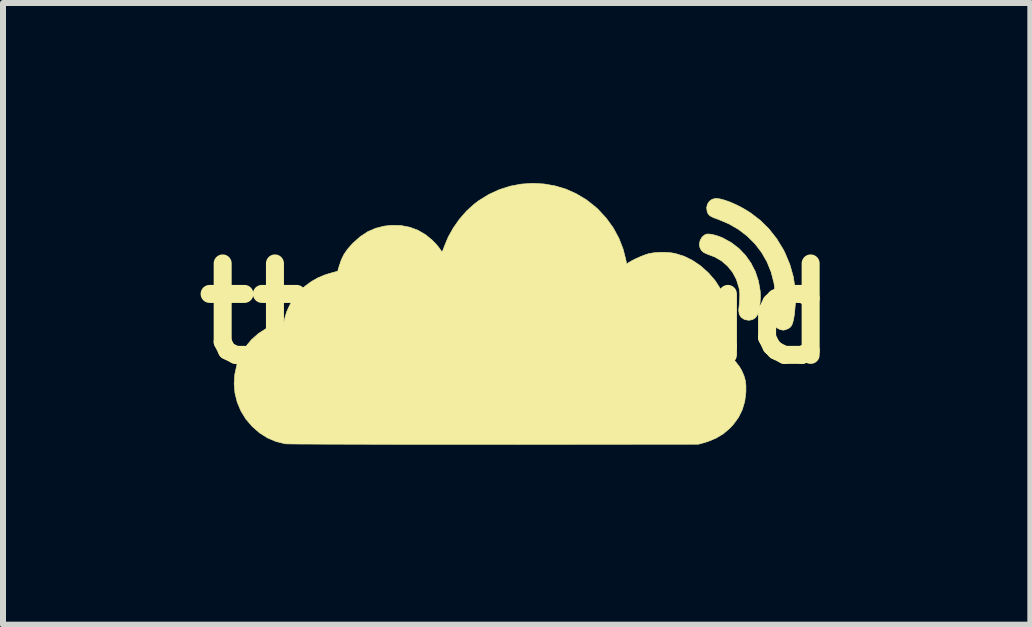
<source format=kicad_pcb>
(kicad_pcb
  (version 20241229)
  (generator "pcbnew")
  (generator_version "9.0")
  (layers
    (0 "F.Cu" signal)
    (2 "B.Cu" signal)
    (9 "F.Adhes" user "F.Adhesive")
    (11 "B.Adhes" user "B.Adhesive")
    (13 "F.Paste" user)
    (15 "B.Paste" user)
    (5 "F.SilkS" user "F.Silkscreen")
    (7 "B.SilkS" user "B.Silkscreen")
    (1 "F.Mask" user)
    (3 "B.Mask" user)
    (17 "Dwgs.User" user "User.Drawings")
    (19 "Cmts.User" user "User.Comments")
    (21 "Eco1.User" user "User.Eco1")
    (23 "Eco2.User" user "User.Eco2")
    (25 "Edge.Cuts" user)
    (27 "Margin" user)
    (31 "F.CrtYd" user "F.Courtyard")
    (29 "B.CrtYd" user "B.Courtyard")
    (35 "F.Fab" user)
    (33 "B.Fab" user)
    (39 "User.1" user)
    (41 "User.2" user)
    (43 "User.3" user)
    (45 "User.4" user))
  (footprint "ttn_cloud"
    (layer "F.Cu")
    (at 5.559 2.174)
    (property "Reference" "ttn_cloud" (at 0 0 0) (layer "F.SilkS") (effects (font (size 1.524 1.524) (thickness 0.3))))
    (attr through_hole)
    (fp_poly (pts (xy 3.268 -1.315) (xy 3.335 -1.297) (xy 3.404 -1.272) (xy 3.434 -1.259) (xy 3.576 -1.181) (xy 3.703 -1.084) (xy 3.813 -0.969) (xy 3.904 -0.84) (xy 3.977 -0.697) (xy 4.028 -0.543) (xy 4.057 -0.38) (xy 4.059 -0.349) (xy 4.061 -0.268) (xy 4.056 -0.182) (xy 4.045 -0.098) (xy 4.029 -0.025) (xy 4.014 0.02) (xy 3.98 0.069) (xy 3.931 0.101) (xy 3.872 0.113) (xy 3.808 0.103) (xy 3.788 0.095) (xy 3.739 0.062) (xy 3.709 0.012) (xy 3.7 -0.052) (xy 3.702 -0.076) (xy 3.711 -0.168) (xy 3.716 -0.241) (xy 3.718 -0.298) (xy 3.717 -0.345) (xy 3.712 -0.388) (xy 3.704 -0.43) (xy 3.703 -0.434) (xy 3.662 -0.567) (xy 3.599 -0.685) (xy 3.517 -0.788) (xy 3.417 -0.875) (xy 3.3 -0.943) (xy 3.186 -0.986) (xy 3.121 -1.014) (xy 3.076 -1.054) (xy 3.05 -1.109) (xy 3.05 -1.11) (xy 3.045 -1.167) (xy 3.06 -1.224) (xy 3.09 -1.274) (xy 3.132 -1.31) (xy 3.17 -1.324) (xy 3.211 -1.324) (xy 3.268 -1.315)) (stroke (width 0.01) (type solid)) (fill yes) (layer "F.SilkS"))
    (fp_poly (pts (xy 3.386 -1.91) (xy 3.465 -1.889) (xy 3.556 -1.857) (xy 3.653 -1.814) (xy 3.752 -1.764) (xy 3.849 -1.707) (xy 3.895 -1.678) (xy 4.057 -1.554) (xy 4.202 -1.411) (xy 4.329 -1.251) (xy 4.438 -1.074) (xy 4.47 -1.012) (xy 4.552 -0.816) (xy 4.609 -0.615) (xy 4.64 -0.411) (xy 4.647 -0.202) (xy 4.629 0.009) (xy 4.628 0.011) (xy 4.615 0.092) (xy 4.6 0.152) (xy 4.583 0.196) (xy 4.561 0.226) (xy 4.532 0.247) (xy 4.516 0.255) (xy 4.474 0.272) (xy 4.442 0.277) (xy 4.406 0.271) (xy 4.387 0.266) (xy 4.338 0.241) (xy 4.298 0.201) (xy 4.275 0.154) (xy 4.273 0.147) (xy 4.272 0.115) (xy 4.276 0.067) (xy 4.284 0.015) (xy 4.285 0.009) (xy 4.296 -0.064) (xy 4.302 -0.153) (xy 4.305 -0.251) (xy 4.303 -0.35) (xy 4.297 -0.44) (xy 4.287 -0.511) (xy 4.24 -0.692) (xy 4.171 -0.862) (xy 4.08 -1.02) (xy 3.97 -1.163) (xy 3.841 -1.291) (xy 3.695 -1.403) (xy 3.532 -1.496) (xy 3.354 -1.571) (xy 3.347 -1.573) (xy 3.282 -1.597) (xy 3.236 -1.619) (xy 3.206 -1.642) (xy 3.186 -1.669) (xy 3.173 -1.704) (xy 3.166 -1.766) (xy 3.18 -1.823) (xy 3.211 -1.87) (xy 3.257 -1.903) (xy 3.315 -1.918) (xy 3.323 -1.918) (xy 3.386 -1.91)) (stroke (width 0.01) (type solid)) (fill yes) (layer "F.SilkS"))
    (fp_poly (pts (xy 0.454 -2.159) (xy 0.639 -2.127) (xy 0.819 -2.073) (xy 0.992 -1.996) (xy 1.157 -1.898) (xy 1.311 -1.777) (xy 1.355 -1.737) (xy 1.492 -1.589) (xy 1.608 -1.429) (xy 1.702 -1.257) (xy 1.773 -1.075) (xy 1.817 -0.905) (xy 1.832 -0.825) (xy 1.872 -0.852) (xy 1.927 -0.884) (xy 1.998 -0.919) (xy 2.075 -0.953) (xy 2.149 -0.981) (xy 2.203 -0.998) (xy 2.286 -1.012) (xy 2.383 -1.019) (xy 2.484 -1.019) (xy 2.579 -1.011) (xy 2.646 -0.999) (xy 2.792 -0.953) (xy 2.928 -0.886) (xy 3.059 -0.798) (xy 3.186 -0.686) (xy 3.2 -0.672) (xy 3.31 -0.544) (xy 3.398 -0.407) (xy 3.462 -0.26) (xy 3.502 -0.105) (xy 3.518 0.059) (xy 3.518 0.086) (xy 3.511 0.193) (xy 3.49 0.301) (xy 3.459 0.402) (xy 3.418 0.491) (xy 3.369 0.561) (xy 3.368 0.562) (xy 3.355 0.58) (xy 3.354 0.587) (xy 3.367 0.594) (xy 3.397 0.609) (xy 3.435 0.628) (xy 3.506 0.672) (xy 3.579 0.734) (xy 3.649 0.805) (xy 3.709 0.882) (xy 3.749 0.949) (xy 3.786 1.033) (xy 3.809 1.113) (xy 3.82 1.199) (xy 3.82 1.298) (xy 3.819 1.314) (xy 3.8 1.465) (xy 3.759 1.603) (xy 3.696 1.731) (xy 3.609 1.85) (xy 3.551 1.912) (xy 3.444 2.003) (xy 3.325 2.075) (xy 3.191 2.131) (xy 3.131 2.15) (xy 3.029 2.178) (xy -0.381 2.18) (xy -0.694 2.18) (xy -0.997 2.18) (xy -1.291 2.18) (xy -1.573 2.18) (xy -1.844 2.18) (xy -2.101 2.179) (xy -2.345 2.179) (xy -2.574 2.178) (xy -2.788 2.178) (xy -2.985 2.177) (xy -3.164 2.177) (xy -3.325 2.176) (xy -3.467 2.175) (xy -3.589 2.175) (xy -3.689 2.174) (xy -3.767 2.173) (xy -3.822 2.172) (xy -3.853 2.171) (xy -3.859 2.17) (xy -4.011 2.132) (xy -4.153 2.072) (xy -4.285 1.988) (xy -4.407 1.881) (xy -4.513 1.757) (xy -4.596 1.621) (xy -4.656 1.477) (xy -4.694 1.326) (xy -4.707 1.17) (xy -4.696 1.011) (xy -4.661 0.85) (xy -4.654 0.828) (xy -4.596 0.685) (xy -4.517 0.554) (xy -4.419 0.437) (xy -4.306 0.336) (xy -4.179 0.254) (xy -4.041 0.193) (xy -3.966 0.171) (xy -3.878 0.148) (xy -3.862 0.071) (xy -3.831 -0.032) (xy -3.781 -0.14) (xy -3.716 -0.246) (xy -3.639 -0.345) (xy -3.555 -0.431) (xy -3.529 -0.453) (xy -3.42 -0.533) (xy -3.311 -0.595) (xy -3.194 -0.644) (xy -3.081 -0.678) (xy -2.982 -0.705) (xy -2.954 -0.8) (xy -2.92 -0.899) (xy -2.877 -0.986) (xy -2.821 -1.068) (xy -2.747 -1.152) (xy -2.724 -1.176) (xy -2.606 -1.281) (xy -2.482 -1.363) (xy -2.35 -1.42) (xy -2.209 -1.456) (xy -2.083 -1.47) (xy -1.928 -1.466) (xy -1.781 -1.438) (xy -1.645 -1.387) (xy -1.518 -1.313) (xy -1.412 -1.226) (xy -1.367 -1.181) (xy -1.326 -1.136) (xy -1.295 -1.098) (xy -1.283 -1.081) (xy -1.263 -1.051) (xy -1.247 -1.032) (xy -1.243 -1.029) (xy -1.236 -1.04) (xy -1.223 -1.069) (xy -1.208 -1.11) (xy -1.207 -1.114) (xy -1.142 -1.271) (xy -1.056 -1.425) (xy -0.953 -1.572) (xy -0.835 -1.707) (xy -0.706 -1.824) (xy -0.635 -1.878) (xy -0.466 -1.983) (xy -0.289 -2.064) (xy -0.107 -2.122) (xy 0.079 -2.157) (xy 0.267 -2.169) (xy 0.454 -2.159)) (stroke (width 0.01) (type solid)) (fill yes) (layer "F.SilkS")))
  (gr_rect
    (start -3 -3)
    (end 14.118 7.359)
    (stroke (width 0.1) (type default))
    (fill no)
    (layer "Edge.Cuts")))
</source>
